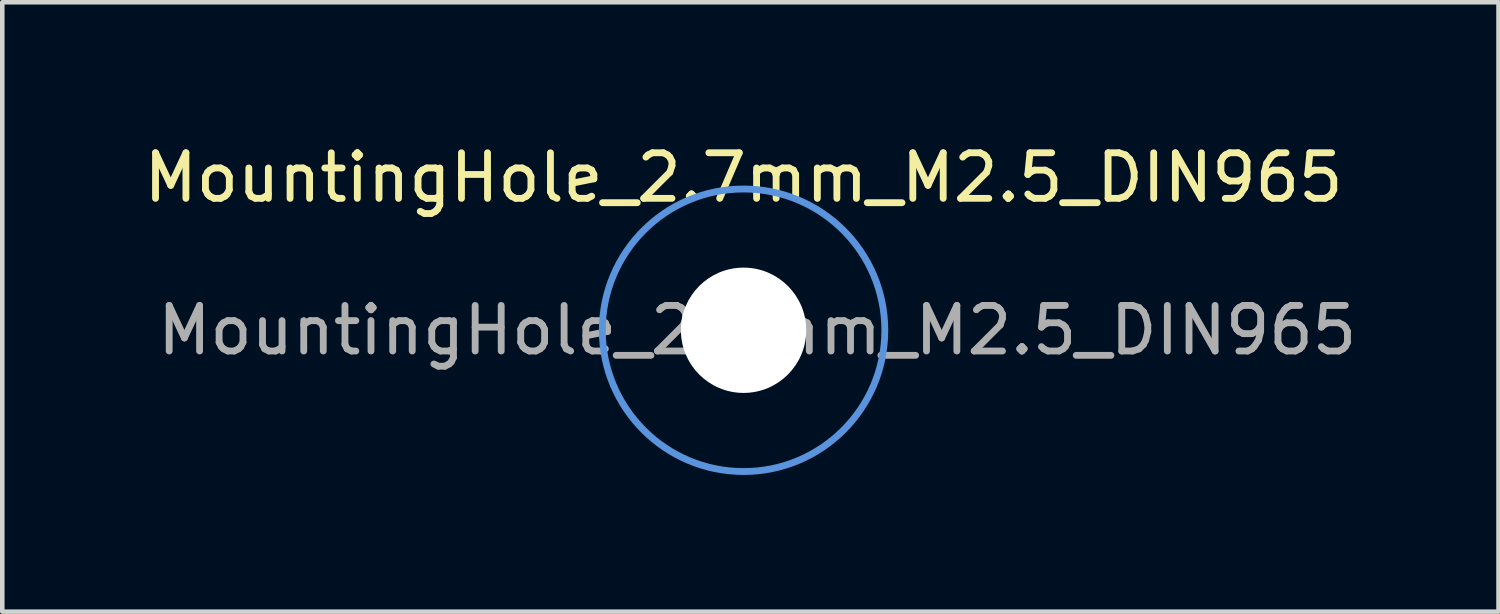
<source format=kicad_pcb>
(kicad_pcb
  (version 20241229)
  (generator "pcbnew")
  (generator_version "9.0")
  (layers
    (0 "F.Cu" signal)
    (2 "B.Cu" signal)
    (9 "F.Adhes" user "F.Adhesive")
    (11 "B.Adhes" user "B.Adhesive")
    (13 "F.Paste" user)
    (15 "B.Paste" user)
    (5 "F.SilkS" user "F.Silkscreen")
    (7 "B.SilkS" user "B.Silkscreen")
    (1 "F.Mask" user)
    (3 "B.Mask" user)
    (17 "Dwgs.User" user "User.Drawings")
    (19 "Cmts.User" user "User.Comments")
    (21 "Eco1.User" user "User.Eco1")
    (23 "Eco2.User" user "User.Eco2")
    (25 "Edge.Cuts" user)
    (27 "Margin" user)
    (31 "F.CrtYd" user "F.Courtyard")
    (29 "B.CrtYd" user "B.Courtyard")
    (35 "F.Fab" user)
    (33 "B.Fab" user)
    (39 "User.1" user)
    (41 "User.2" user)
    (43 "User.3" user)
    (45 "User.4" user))
  (footprint "MountingHole_2.7mm_M2.5_DIN965"
    (layer "F.Cu")
    (at 13.268 4.198)
    (property "Reference" "MountingHole_2.7mm_M2.5_DIN965" (at 0 -3.35 0) (layer "F.SilkS") (effects (font (size 1 1) (thickness 0.15))))
    (attr exclude_from_pos_files exclude_from_bom)
    (fp_circle (center 0 0) (end 3.1 0) (stroke (width 0.15) (type solid)) (fill no) (layer "Cmts.User"))
    (fp_text user "${REFERENCE}" (at 0.3 0 0) (layer "F.Fab") (effects (font (size 1 1) (thickness 0.15))))
    (pad "" np_thru_hole circle (at 0 0) (size 2.75 2.75) (drill 2.75) (layers "*.Cu" "*.Mask")))
  (gr_rect
    (start -3 -3)
    (end 29.836 10.373)
    (stroke (width 0.1) (type default))
    (fill no)
    (layer "Edge.Cuts")))
</source>
